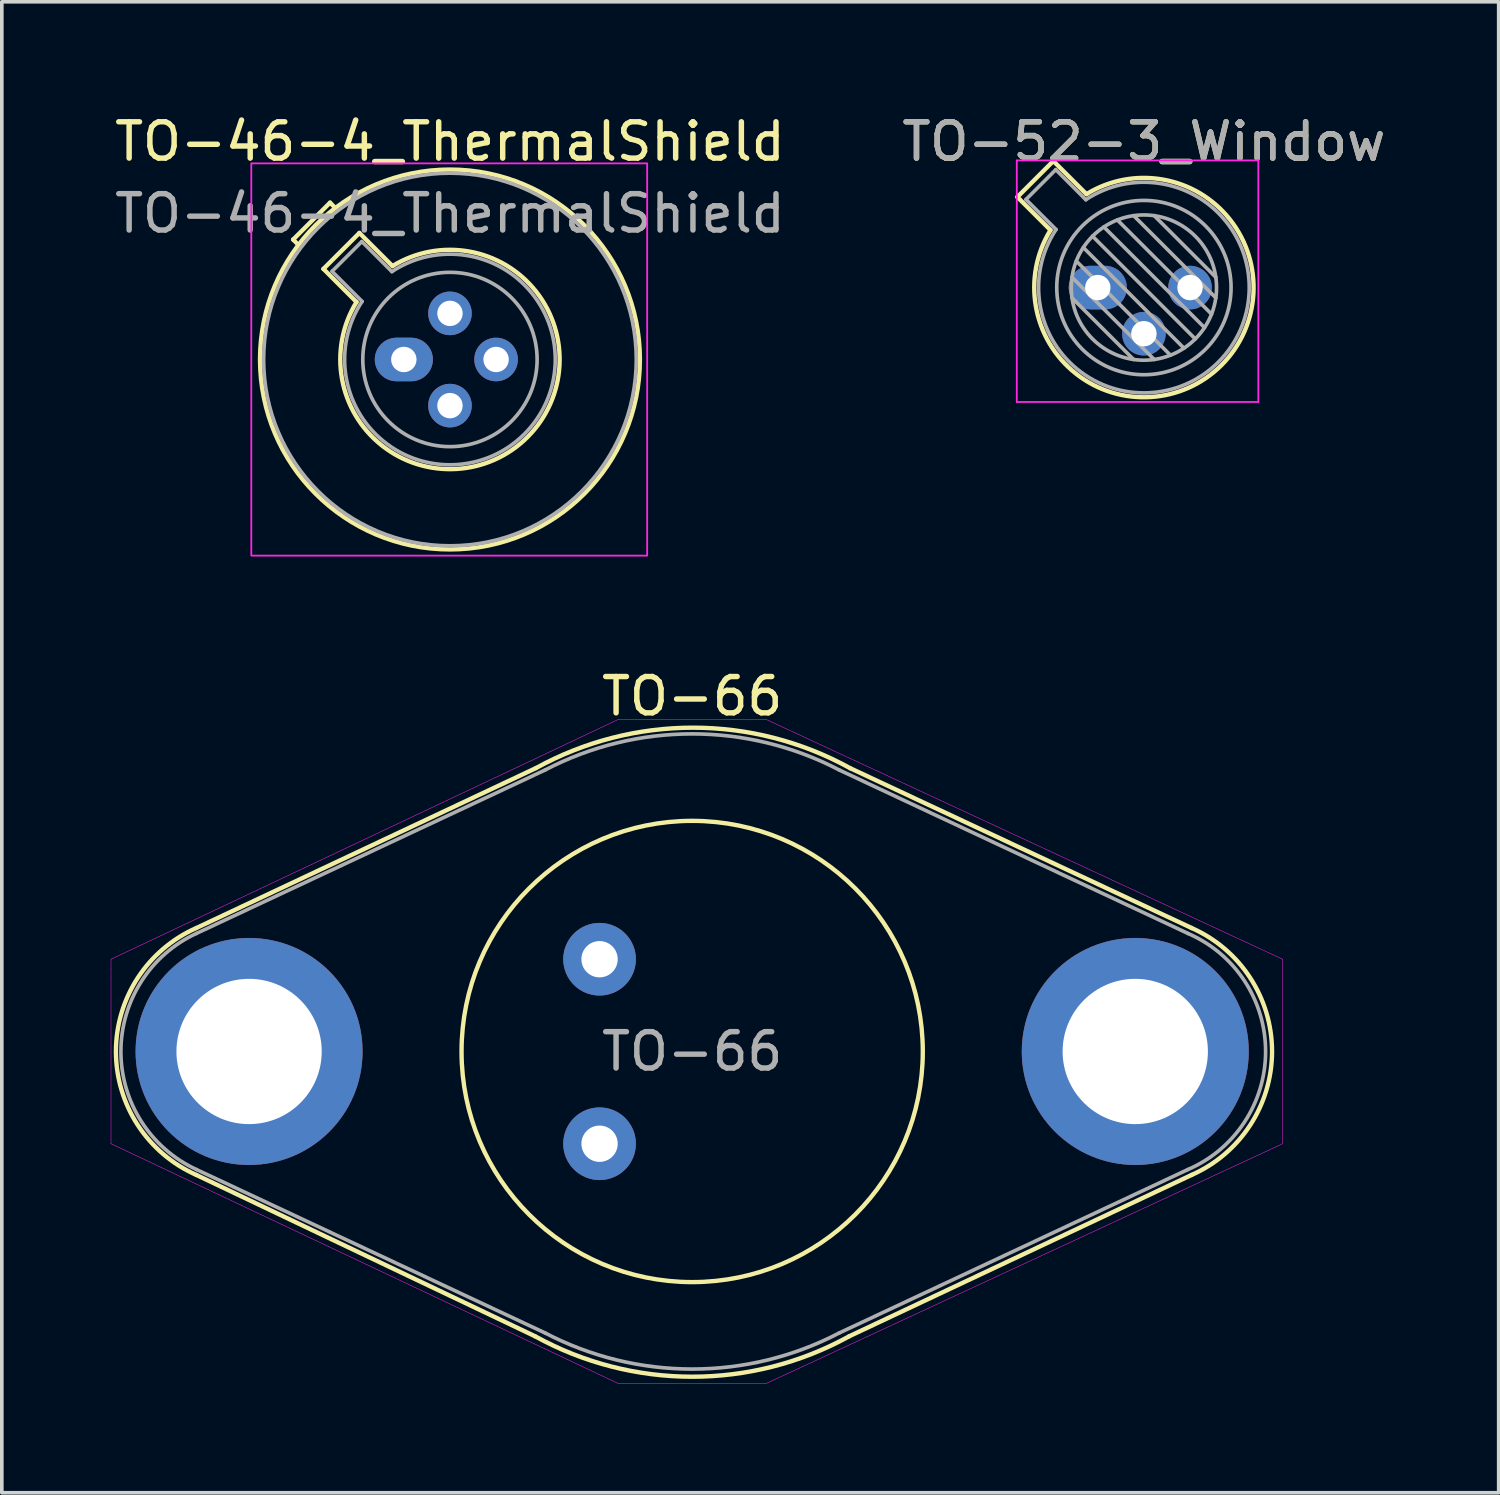
<source format=kicad_pcb>
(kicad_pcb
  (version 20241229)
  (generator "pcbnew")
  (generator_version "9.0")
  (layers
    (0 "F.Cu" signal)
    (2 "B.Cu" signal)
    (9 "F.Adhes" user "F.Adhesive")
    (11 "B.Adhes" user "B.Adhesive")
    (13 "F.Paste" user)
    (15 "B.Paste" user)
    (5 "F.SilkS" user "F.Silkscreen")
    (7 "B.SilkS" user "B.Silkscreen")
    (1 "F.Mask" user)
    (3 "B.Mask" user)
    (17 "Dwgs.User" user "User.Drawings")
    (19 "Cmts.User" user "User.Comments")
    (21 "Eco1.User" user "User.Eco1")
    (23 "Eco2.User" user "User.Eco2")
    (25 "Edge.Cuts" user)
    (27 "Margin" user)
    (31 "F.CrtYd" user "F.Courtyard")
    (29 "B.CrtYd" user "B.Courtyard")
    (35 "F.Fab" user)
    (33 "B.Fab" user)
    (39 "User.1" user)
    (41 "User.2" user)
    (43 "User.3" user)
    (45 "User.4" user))
  (footprint "TO-52-3_Window"
    (layer "F.Cu")
    (at 27.176 4.868)
    (property "Reference" "TO-52-3_Window" (at 1.27 -4.02 0) (layer "F.SilkS") (effects (font (size 1 1) (thickness 0.15))))
    (attr through_hole)
    (fp_line (start -2.214 -2.494) (end -1.302 -1.582) (stroke (width 0.12) (type solid)) (layer "F.SilkS"))
    (fp_line (start -1.224 -3.484) (end -2.214 -2.494) (stroke (width 0.12) (type solid)) (layer "F.SilkS"))
    (fp_line (start -0.312 -2.572) (end -1.224 -3.484) (stroke (width 0.12) (type solid)) (layer "F.SilkS"))
    (fp_arc (start -0.312331 -2.572281) (mid 3.405374 2.135551) (end -1.30215 -1.582544) (stroke (width 0.12) (type solid)) (layer "F.SilkS"))
    (fp_line (start -2.23 -3.5) (end -2.23 3.15) (stroke (width 0.05) (type solid)) (layer "F.CrtYd"))
    (fp_line (start -2.23 3.15) (end 4.42 3.15) (stroke (width 0.05) (type solid)) (layer "F.CrtYd"))
    (fp_line (start 4.42 -3.5) (end -2.23 -3.5) (stroke (width 0.05) (type solid)) (layer "F.CrtYd"))
    (fp_line (start 4.42 3.15) (end 4.42 -3.5) (stroke (width 0.05) (type solid)) (layer "F.CrtYd"))
    (fp_line (start -1.977 -2.426) (end -1.149 -1.599) (stroke (width 0.1) (type solid)) (layer "F.Fab"))
    (fp_line (start -1.156 -3.247) (end -1.977 -2.426) (stroke (width 0.1) (type solid)) (layer "F.Fab"))
    (fp_line (start -0.71 -0.283) (end 1.553 1.98) (stroke (width 0.1) (type solid)) (layer "F.Fab"))
    (fp_line (start -0.71 0.283) (end 0.987 1.98) (stroke (width 0.1) (type solid)) (layer "F.Fab"))
    (fp_line (start -0.592 -0.731) (end 2.001 1.862) (stroke (width 0.1) (type solid)) (layer "F.Fab"))
    (fp_line (start -0.399 -1.103) (end 2.373 1.669) (stroke (width 0.1) (type solid)) (layer "F.Fab"))
    (fp_line (start -0.329 -2.419) (end -1.156 -3.247) (stroke (width 0.1) (type solid)) (layer "F.Fab"))
    (fp_line (start -0.145 -1.415) (end 2.685 1.415) (stroke (width 0.1) (type solid)) (layer "F.Fab"))
    (fp_line (start 0.167 -1.669) (end 2.939 1.103) (stroke (width 0.1) (type solid)) (layer "F.Fab"))
    (fp_line (start 0.539 -1.862) (end 3.132 0.731) (stroke (width 0.1) (type solid)) (layer "F.Fab"))
    (fp_line (start 0.987 -1.98) (end 3.25 0.283) (stroke (width 0.1) (type solid)) (layer "F.Fab"))
    (fp_line (start 1.553 -1.98) (end 3.25 -0.283) (stroke (width 0.1) (type solid)) (layer "F.Fab"))
    (fp_arc (start -0.329057 -2.419301) (mid 3.321075 2.050145) (end -1.150029 -1.597956) (stroke (width 0.1) (type solid)) (layer "F.Fab"))
    (fp_circle (center 1.27 0) (end 3.27 0) (stroke (width 0.1) (type solid)) (fill no) (layer "F.Fab"))
    (fp_circle (center 1.27 0) (end 3.67 0) (stroke (width 0.1) (type solid)) (fill no) (layer "F.Fab"))
    (fp_text user "${REFERENCE}" (at 1.27 -4.02 0) (layer "F.Fab") (effects (font (size 1 1) (thickness 0.15))))
    (pad "1" thru_hole oval (at 0 0) (size 1.6 1.2) (drill 0.7) (layers "*.Cu" "*.Mask"))
    (pad "2" thru_hole oval (at 1.27 1.27) (size 1.2 1.2) (drill 0.7) (layers "*.Cu" "*.Mask"))
    (pad "3" thru_hole oval (at 2.54 0) (size 1.2 1.2) (drill 0.7) (layers "*.Cu" "*.Mask")))
  (footprint "TO-66"
    (layer "F.Cu")
    (at 16.008 25.901)
    (property "Reference" "TO-66" (at 0 -9.779 0) (unlocked yes) (layer "F.SilkS") (effects (font (size 1 1) (thickness 0.15))))
    (fp_line (start -13.65 3.4) (end -4.328 7.84) (stroke (width 0.12) (type solid)) (layer "F.SilkS"))
    (fp_line (start -4.301 -7.803) (end -13.65 -3.4) (stroke (width 0.12) (type solid)) (layer "F.SilkS"))
    (fp_line (start 4.323 7.842) (end 13.75 3.4) (stroke (width 0.12) (type solid)) (layer "F.SilkS"))
    (fp_line (start 13.75 -3.4) (end 4.35 -7.8) (stroke (width 0.12) (type solid)) (layer "F.SilkS"))
    (fp_arc (start -13.65 3.4) (mid -15.866172 0) (end -13.65 -3.4) (stroke (width 0.12) (type solid)) (layer "F.SilkS"))
    (fp_arc (start -4.301422 -7.802581) (mid 0.024621 -8.915334) (end 4.35 -7.8) (stroke (width 0.12) (type solid)) (layer "F.SilkS"))
    (fp_arc (start 4.323372 7.842406) (mid -0.002671 8.955159) (end -4.32805 7.839825) (stroke (width 0.12) (type solid)) (layer "F.SilkS"))
    (fp_arc (start 13.750015 -3.4) (mid 15.966187 0) (end 13.750015 3.4) (stroke (width 0.12) (type solid)) (layer "F.SilkS"))
    (fp_circle (center 0 0) (end 6.35 0) (stroke (width 0.12) (type solid)) (fill no) (layer "F.SilkS"))
    (fp_line (start -16.002 -2.54) (end -2.032 -9.144) (stroke (width 0.013) (type solid)) (layer "F.CrtYd"))
    (fp_line (start -16.002 -2.286) (end -16.002 -2.54) (stroke (width 0.013) (type solid)) (layer "F.CrtYd"))
    (fp_line (start -16.002 -2.032) (end -16.002 -2.286) (stroke (width 0.013) (type solid)) (layer "F.CrtYd"))
    (fp_line (start -16.002 0) (end -16.002 -2.032) (stroke (width 0.013) (type solid)) (layer "F.CrtYd"))
    (fp_line (start -16.002 2.54) (end -16.002 0) (stroke (width 0.013) (type solid)) (layer "F.CrtYd"))
    (fp_line (start -2.032 -9.144) (end 2.032 -9.144) (stroke (width 0.013) (type solid)) (layer "F.CrtYd"))
    (fp_line (start -2.032 9.144) (end -16.002 2.54) (stroke (width 0.013) (type solid)) (layer "F.CrtYd"))
    (fp_line (start 2.032 -9.144) (end 16.256 -2.54) (stroke (width 0.013) (type solid)) (layer "F.CrtYd"))
    (fp_line (start 2.032 9.144) (end -2.032 9.144) (stroke (width 0.013) (type solid)) (layer "F.CrtYd"))
    (fp_line (start 16.256 -2.54) (end 16.256 2.54) (stroke (width 0.013) (type solid)) (layer "F.CrtYd"))
    (fp_line (start 16.256 2.54) (end 2.032 9.144) (stroke (width 0.013) (type solid)) (layer "F.CrtYd"))
    (fp_line (start -13.65 -3.25) (end -4.05 -7.75) (stroke (width 0.1) (type solid)) (layer "F.Fab"))
    (fp_line (start -13.65 3.25) (end -4.05 7.75) (stroke (width 0.1) (type solid)) (layer "F.Fab"))
    (fp_line (start 13.65 -3.25) (end 4.05 -7.75) (stroke (width 0.1) (type solid)) (layer "F.Fab"))
    (fp_line (start 13.65 3.25) (end 4.05 7.75) (stroke (width 0.1) (type solid)) (layer "F.Fab"))
    (fp_arc (start -13.65 3.25) (mid -15.729455 0) (end -13.65 -3.25) (stroke (width 0.1) (type solid)) (layer "F.Fab"))
    (fp_arc (start -4.05 -7.749999) (mid 0 -8.744426) (end 4.049999 -7.749999) (stroke (width 0.1) (type solid)) (layer "F.Fab"))
    (fp_arc (start 4.05 7.749999) (mid 0 8.744426) (end -4.049999 7.749999) (stroke (width 0.1) (type solid)) (layer "F.Fab"))
    (fp_arc (start 13.65 -3.25) (mid 15.788714 0) (end 13.65 3.25) (stroke (width 0.1) (type solid)) (layer "F.Fab"))
    (fp_text user "${REFERENCE}" (at 0 0 0) (layer "F.Fab") (effects (font (size 1 1) (thickness 0.15))))
    (pad "1" thru_hole circle (at -2.55 -2.54) (size 2 2) (drill 1) (layers "*.Cu" "*.Mask"))
    (pad "2" thru_hole circle (at -2.55 2.54) (size 2 2) (drill 1) (layers "*.Cu" "*.Mask"))
    (pad "3" thru_hole circle (at -12.2 0) (size 6.25 6.25) (drill 4) (layers "*.Cu" "*.Mask"))
    (pad "3" thru_hole circle (at 12.2 0) (size 6.25 6.25) (drill 4) (layers "*.Cu" "*.Mask")))
  (footprint "TO-46-4_ThermalShield"
    (layer "F.Cu")
    (at 8.069 6.848)
    (property "Reference" "TO-46-4_ThermalShield" (at 1.27 -6 0) (layer "F.SilkS") (effects (font (size 1 1) (thickness 0.15))))
    (fp_line (start -3.048 -3.302) (end -2.921 -3.175) (stroke (width 0.12) (type solid)) (layer "F.SilkS"))
    (fp_line (start -3.048 -3.302) (end -2.032 -4.318) (stroke (width 0.12) (type solid)) (layer "F.SilkS"))
    (fp_line (start -2.214 -2.494) (end -1.302 -1.582) (stroke (width 0.12) (type solid)) (layer "F.SilkS"))
    (fp_line (start -2.032 -4.318) (end -1.905 -4.191) (stroke (width 0.12) (type solid)) (layer "F.SilkS"))
    (fp_line (start -1.224 -3.484) (end -2.214 -2.494) (stroke (width 0.12) (type solid)) (layer "F.SilkS"))
    (fp_line (start -0.312 -2.572) (end -1.224 -3.484) (stroke (width 0.12) (type solid)) (layer "F.SilkS"))
    (fp_arc (start -0.312331 -2.572281) (mid 3.405374 2.135551) (end -1.30215 -1.582544) (stroke (width 0.12) (type solid)) (layer "F.SilkS"))
    (fp_circle (center 1.27 0) (end 6.5 0) (stroke (width 0.12) (type solid)) (fill no) (layer "F.SilkS"))
    (fp_rect (start -4.2 -5.4) (end 6.7 5.4) (stroke (width 0.05) (type solid)) (fill no) (layer "F.CrtYd"))
    (fp_line (start -1.977 -2.426) (end -1.149 -1.599) (stroke (width 0.1) (type solid)) (layer "F.Fab"))
    (fp_line (start -1.156 -3.247) (end -1.977 -2.426) (stroke (width 0.1) (type solid)) (layer "F.Fab"))
    (fp_line (start -0.329 -2.419) (end -1.156 -3.247) (stroke (width 0.1) (type solid)) (layer "F.Fab"))
    (fp_arc (start -0.329057 -2.419301) (mid 3.321075 2.050145) (end -1.150029 -1.597956) (stroke (width 0.1) (type solid)) (layer "F.Fab"))
    (fp_circle (center 1.27 0) (end 3.67 0) (stroke (width 0.1) (type solid)) (fill no) (layer "F.Fab"))
    (fp_circle (center 1.27 0) (end 6.4 0) (stroke (width 0.1) (type solid)) (fill no) (layer "F.Fab"))
    (fp_text user "${REFERENCE}" (at 1.27 -4.02 0) (layer "F.Fab") (effects (font (size 1 1) (thickness 0.15))))
    (pad "1" thru_hole oval (at 0 0) (size 1.6 1.2) (drill 0.7) (layers "*.Cu" "*.Mask"))
    (pad "2" thru_hole oval (at 1.27 1.27) (size 1.2 1.2) (drill 0.7) (layers "*.Cu" "*.Mask"))
    (pad "3" thru_hole oval (at 2.54 0) (size 1.2 1.2) (drill 0.7) (layers "*.Cu" "*.Mask"))
    (pad "4" thru_hole oval (at 1.27 -1.27) (size 1.2 1.2) (drill 0.7) (layers "*.Cu" "*.Mask")))
  (gr_rect
    (start -3 -3)
    (end 38.214 38.051)
    (stroke (width 0.1) (type default))
    (fill no)
    (layer "Edge.Cuts")))
</source>
